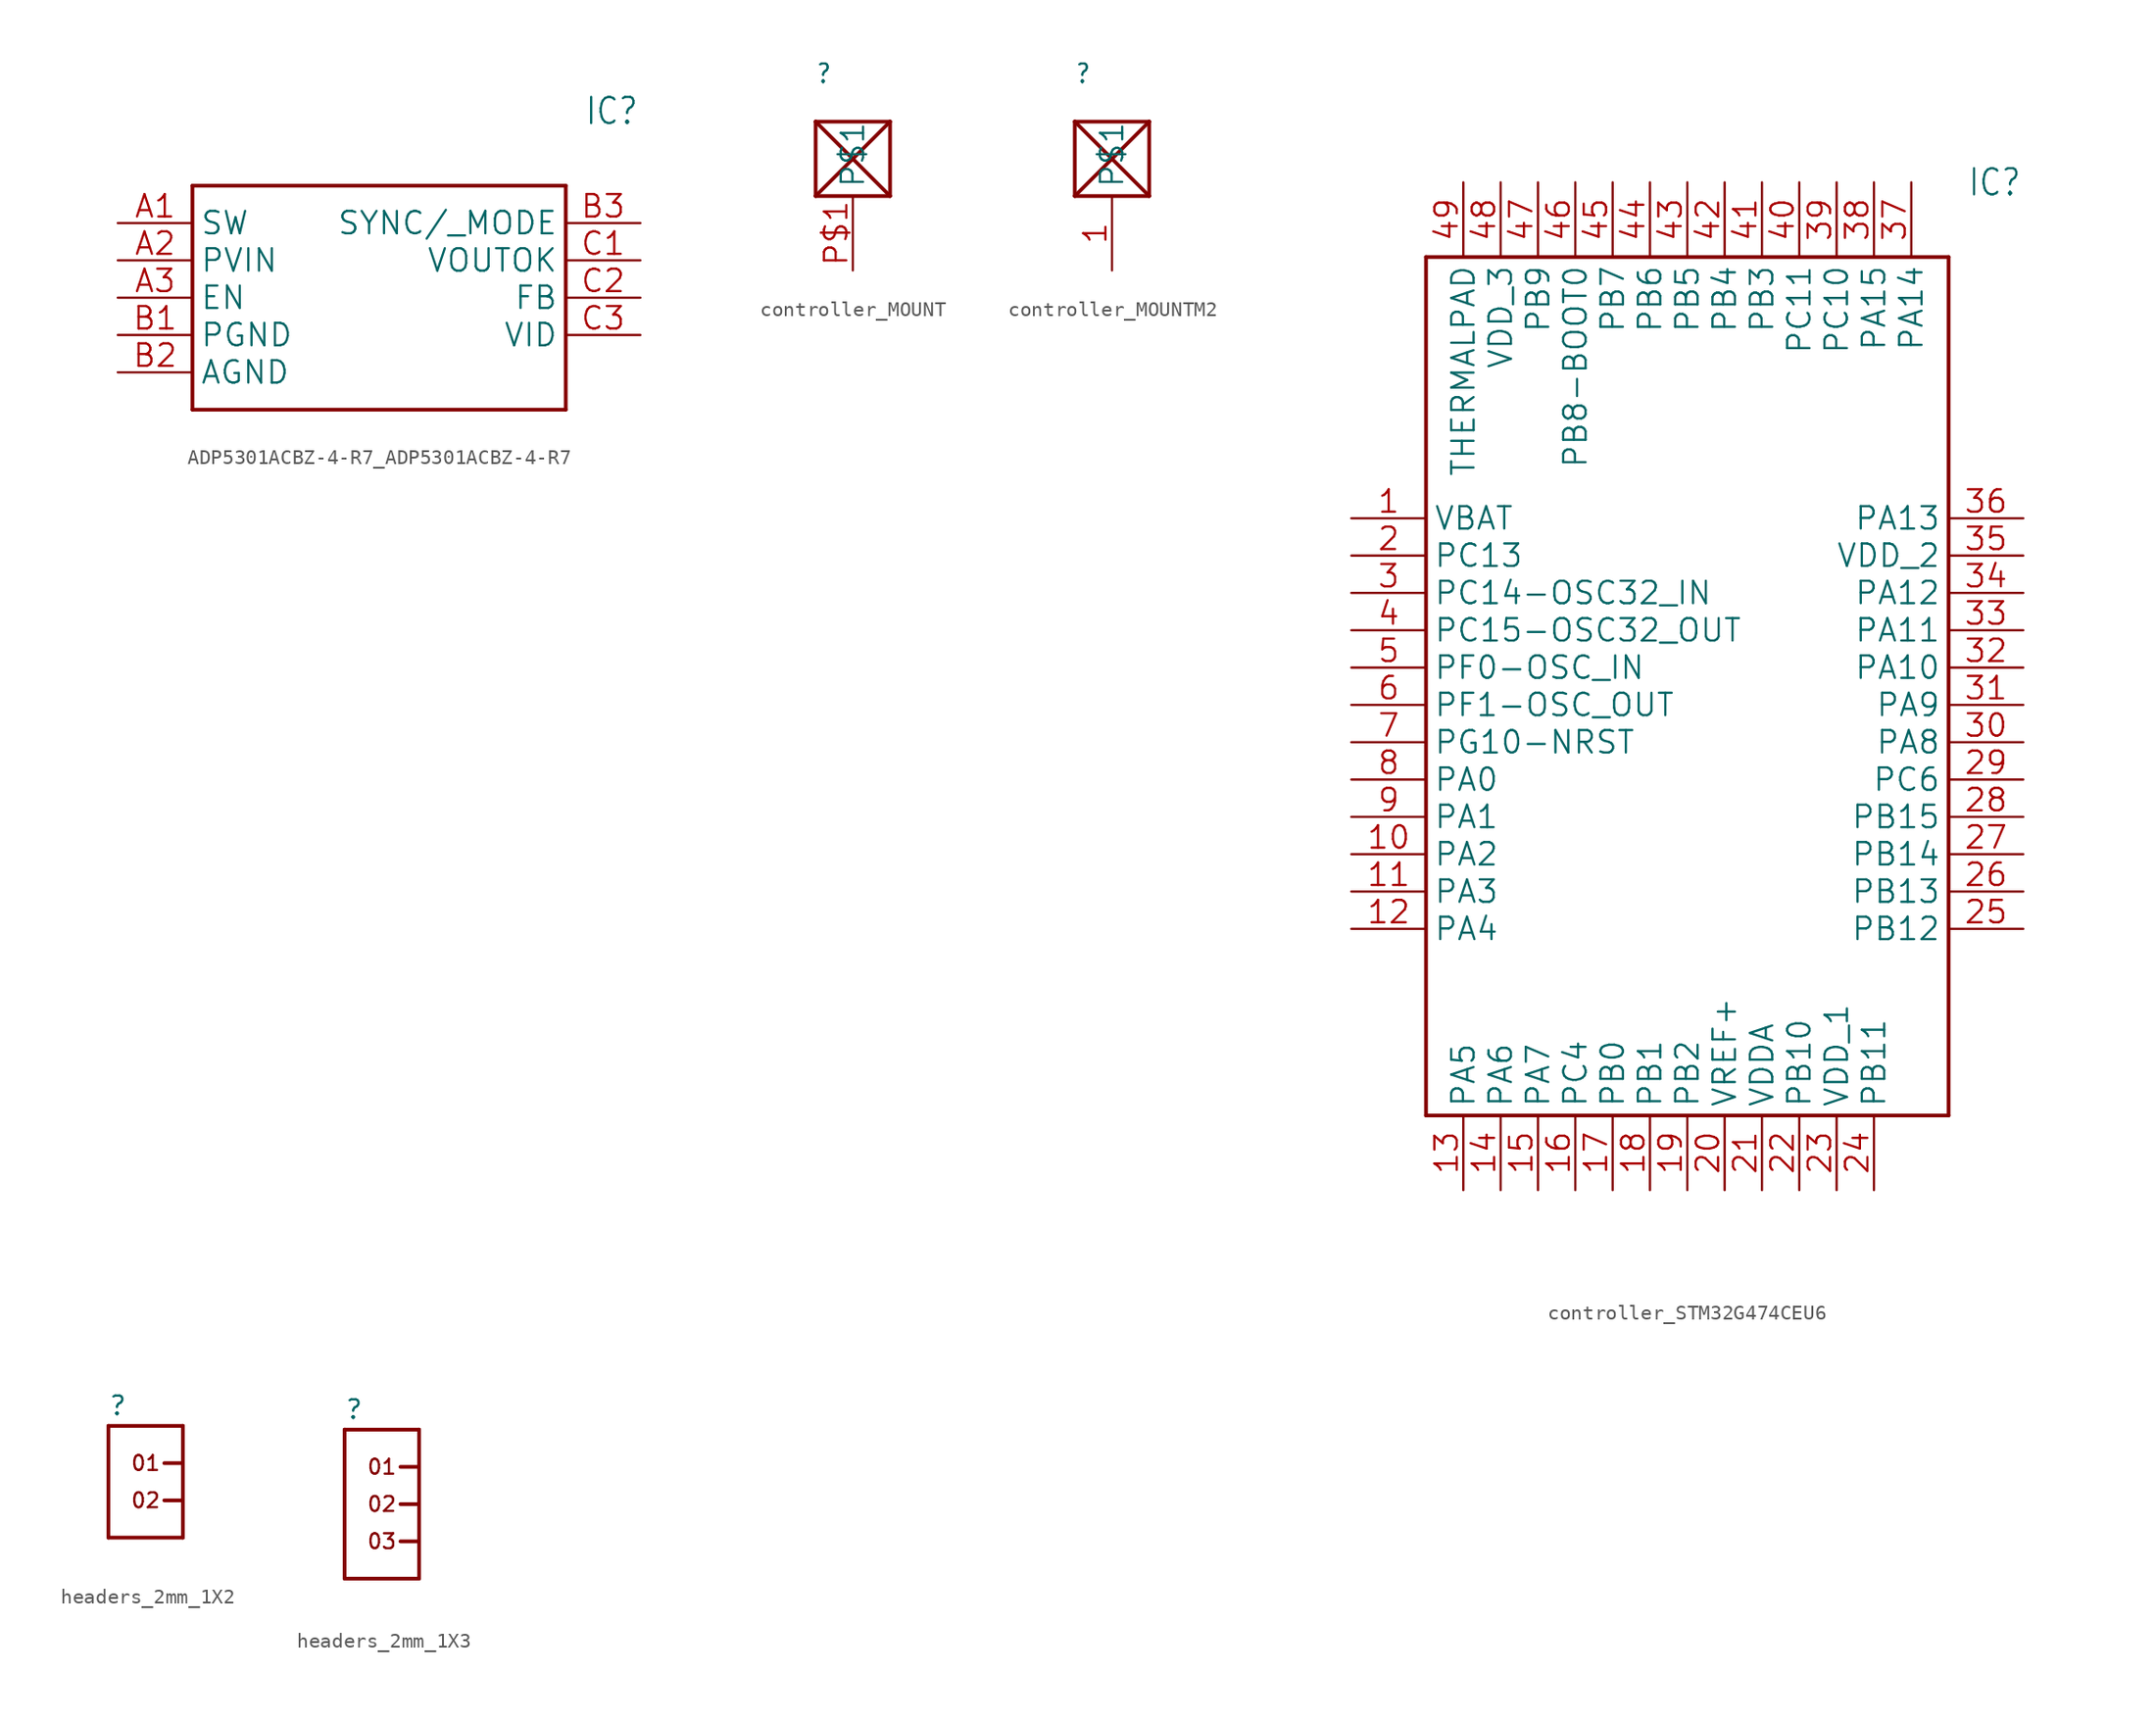
<source format=kicad_sym>
(kicad_symbol_lib
  (version 20241209)
  (generator "kicad_symbol_editor")
  (generator_version "9.0")
  (symbol "ADP5301ACBZ-4-R7_ADP5301ACBZ-4-R7"
    (property "Reference" "IC"
      (at 31.75 7.62 0)
      (effects (font (size 1.778 1.511)) (justify left)))
    (property "Value" ""
      (at 31.75 5.08 0)
      (effects (font (size 1.778 1.511)) (justify left)))
    (property "ki_locked" ""
      (at 0 0 0)
      (effects (font (size 1.27 1.27))))
    (symbol "ADP5301ACBZ-4-R7_ADP5301ACBZ-4-R7_1_0"
      (polyline (pts (xy 5.08 2.54) (xy 5.08 -12.7)) (stroke (width 0.254) (type solid)) (fill (type none)))
      (polyline (pts (xy 5.08 2.54) (xy 30.48 2.54)) (stroke (width 0.254) (type solid)) (fill (type none)))
      (polyline (pts (xy 30.48 -12.7) (xy 5.08 -12.7)) (stroke (width 0.254) (type solid)) (fill (type none)))
      (polyline (pts (xy 30.48 -12.7) (xy 30.48 2.54)) (stroke (width 0.254) (type solid)) (fill (type none)))
      (pin bidirectional line (at 0 0 0) (length 5.08) (name "SW" (effects (font (size 1.524 1.524)))) (number "A1" (effects (font (size 1.524 1.524)))))
      (pin bidirectional line (at 0 -2.54 0) (length 5.08) (name "PVIN" (effects (font (size 1.524 1.524)))) (number "A2" (effects (font (size 1.524 1.524)))))
      (pin bidirectional line (at 0 -5.08 0) (length 5.08) (name "EN" (effects (font (size 1.524 1.524)))) (number "A3" (effects (font (size 1.524 1.524)))))
      (pin bidirectional line (at 0 -7.62 0) (length 5.08) (name "PGND" (effects (font (size 1.524 1.524)))) (number "B1" (effects (font (size 1.524 1.524)))))
      (pin bidirectional line (at 0 -10.16 0) (length 5.08) (name "AGND" (effects (font (size 1.524 1.524)))) (number "B2" (effects (font (size 1.524 1.524)))))
      (pin bidirectional line (at 35.56 0 180) (length 5.08) (name "SYNC/_MODE" (effects (font (size 1.524 1.524)))) (number "B3" (effects (font (size 1.524 1.524)))))
      (pin bidirectional line (at 35.56 -2.54 180) (length 5.08) (name "VOUTOK" (effects (font (size 1.524 1.524)))) (number "C1" (effects (font (size 1.524 1.524)))))
      (pin bidirectional line (at 35.56 -5.08 180) (length 5.08) (name "FB" (effects (font (size 1.524 1.524)))) (number "C2" (effects (font (size 1.524 1.524)))))
      (pin bidirectional line (at 35.56 -7.62 180) (length 5.08) (name "VID" (effects (font (size 1.524 1.524)))) (number "C3" (effects (font (size 1.524 1.524)))))))
  (symbol "controller_MOUNT"
    (property "Reference" ""
      (at -2.54 5.08 0)
      (effects (font (size 1.27 1.079)) (justify left bottom)))
    (property "ki_locked" ""
      (at 0 0 0)
      (effects (font (size 1.27 1.27))))
    (symbol "controller_MOUNT_1_0"
      (polyline (pts (xy -2.54 2.54) (xy 2.54 2.54)) (stroke (width 0.254) (type solid)) (fill (type none)))
      (polyline (pts (xy -2.54 2.54) (xy 2.54 -2.54)) (stroke (width 0.254) (type solid)) (fill (type none)))
      (polyline (pts (xy -2.54 -2.54) (xy -2.54 2.54)) (stroke (width 0.254) (type solid)) (fill (type none)))
      (polyline (pts (xy 2.54 2.54) (xy -2.54 -2.54)) (stroke (width 0.254) (type solid)) (fill (type none)))
      (polyline (pts (xy 2.54 -2.54) (xy -2.54 -2.54)) (stroke (width 0.254) (type solid)) (fill (type none)))
      (polyline (pts (xy 2.54 -2.54) (xy 2.54 2.54)) (stroke (width 0.254) (type solid)) (fill (type none)))
      (pin bidirectional line (at 0 -7.62 90) (length 5.08) (name "P$1" (effects (font (size 1.524 1.524)))) (number "P$1" (effects (font (size 1.524 1.524)))))))
  (symbol "controller_MOUNTM2"
    (property "Reference" ""
      (at -2.54 5.08 0)
      (effects (font (size 1.27 1.079)) (justify left bottom)))
    (property "ki_locked" ""
      (at 0 0 0)
      (effects (font (size 1.27 1.27))))
    (symbol "controller_MOUNTM2_1_0"
      (polyline (pts (xy -2.54 2.54) (xy 2.54 2.54)) (stroke (width 0.254) (type solid)) (fill (type none)))
      (polyline (pts (xy -2.54 2.54) (xy 2.54 -2.54)) (stroke (width 0.254) (type solid)) (fill (type none)))
      (polyline (pts (xy -2.54 -2.54) (xy -2.54 2.54)) (stroke (width 0.254) (type solid)) (fill (type none)))
      (polyline (pts (xy 2.54 2.54) (xy -2.54 -2.54)) (stroke (width 0.254) (type solid)) (fill (type none)))
      (polyline (pts (xy 2.54 -2.54) (xy -2.54 -2.54)) (stroke (width 0.254) (type solid)) (fill (type none)))
      (polyline (pts (xy 2.54 -2.54) (xy 2.54 2.54)) (stroke (width 0.254) (type solid)) (fill (type none)))
      (pin bidirectional line (at 0 -7.62 90) (length 5.08) (name "P$1" (effects (font (size 1.524 1.524)))) (number "1" (effects (font (size 1.524 1.524)))))))
  (symbol "controller_STM32G474CEU6"
    (property "Reference" "IC"
      (at 41.91 22.86 0)
      (effects (font (size 1.778 1.511)) (justify left)))
    (property "Value" ""
      (at 41.91 20.32 0)
      (effects (font (size 1.778 1.511)) (justify left)))
    (property "ki_locked" ""
      (at 0 0 0)
      (effects (font (size 1.27 1.27))))
    (symbol "controller_STM32G474CEU6_1_0"
      (polyline (pts (xy 5.08 17.78) (xy 5.08 -40.64)) (stroke (width 0.254) (type solid)) (fill (type none)))
      (polyline (pts (xy 5.08 17.78) (xy 40.64 17.78)) (stroke (width 0.254) (type solid)) (fill (type none)))
      (polyline (pts (xy 40.64 -40.64) (xy 5.08 -40.64)) (stroke (width 0.254) (type solid)) (fill (type none)))
      (polyline (pts (xy 40.64 -40.64) (xy 40.64 17.78)) (stroke (width 0.254) (type solid)) (fill (type none)))
      (pin bidirectional line (at 0 0 0) (length 5.08) (name "VBAT" (effects (font (size 1.524 1.524)))) (number "1" (effects (font (size 1.524 1.524)))))
      (pin bidirectional line (at 0 -2.54 0) (length 5.08) (name "PC13" (effects (font (size 1.524 1.524)))) (number "2" (effects (font (size 1.524 1.524)))))
      (pin bidirectional line (at 0 -5.08 0) (length 5.08) (name "PC14-OSC32_IN" (effects (font (size 1.524 1.524)))) (number "3" (effects (font (size 1.524 1.524)))))
      (pin bidirectional line (at 0 -7.62 0) (length 5.08) (name "PC15-OSC32_OUT" (effects (font (size 1.524 1.524)))) (number "4" (effects (font (size 1.524 1.524)))))
      (pin bidirectional line (at 0 -10.16 0) (length 5.08) (name "PF0-OSC_IN" (effects (font (size 1.524 1.524)))) (number "5" (effects (font (size 1.524 1.524)))))
      (pin bidirectional line (at 0 -12.7 0) (length 5.08) (name "PF1-OSC_OUT" (effects (font (size 1.524 1.524)))) (number "6" (effects (font (size 1.524 1.524)))))
      (pin bidirectional line (at 0 -15.24 0) (length 5.08) (name "PG10-NRST" (effects (font (size 1.524 1.524)))) (number "7" (effects (font (size 1.524 1.524)))))
      (pin bidirectional line (at 0 -17.78 0) (length 5.08) (name "PA0" (effects (font (size 1.524 1.524)))) (number "8" (effects (font (size 1.524 1.524)))))
      (pin bidirectional line (at 0 -20.32 0) (length 5.08) (name "PA1" (effects (font (size 1.524 1.524)))) (number "9" (effects (font (size 1.524 1.524)))))
      (pin bidirectional line (at 0 -22.86 0) (length 5.08) (name "PA2" (effects (font (size 1.524 1.524)))) (number "10" (effects (font (size 1.524 1.524)))))
      (pin bidirectional line (at 0 -25.4 0) (length 5.08) (name "PA3" (effects (font (size 1.524 1.524)))) (number "11" (effects (font (size 1.524 1.524)))))
      (pin bidirectional line (at 0 -27.94 0) (length 5.08) (name "PA4" (effects (font (size 1.524 1.524)))) (number "12" (effects (font (size 1.524 1.524)))))
      (pin bidirectional line (at 7.62 22.86 270) (length 5.08) (name "THERMALPAD" (effects (font (size 1.524 1.524)))) (number "49" (effects (font (size 1.524 1.524)))))
      (pin bidirectional line (at 7.62 -45.72 90) (length 5.08) (name "PA5" (effects (font (size 1.524 1.524)))) (number "13" (effects (font (size 1.524 1.524)))))
      (pin bidirectional line (at 10.16 22.86 270) (length 5.08) (name "VDD_3" (effects (font (size 1.524 1.524)))) (number "48" (effects (font (size 1.524 1.524)))))
      (pin bidirectional line (at 10.16 -45.72 90) (length 5.08) (name "PA6" (effects (font (size 1.524 1.524)))) (number "14" (effects (font (size 1.524 1.524)))))
      (pin bidirectional line (at 12.7 22.86 270) (length 5.08) (name "PB9" (effects (font (size 1.524 1.524)))) (number "47" (effects (font (size 1.524 1.524)))))
      (pin bidirectional line (at 12.7 -45.72 90) (length 5.08) (name "PA7" (effects (font (size 1.524 1.524)))) (number "15" (effects (font (size 1.524 1.524)))))
      (pin bidirectional line (at 15.24 22.86 270) (length 5.08) (name "PB8-BOOT0" (effects (font (size 1.524 1.524)))) (number "46" (effects (font (size 1.524 1.524)))))
      (pin bidirectional line (at 15.24 -45.72 90) (length 5.08) (name "PC4" (effects (font (size 1.524 1.524)))) (number "16" (effects (font (size 1.524 1.524)))))
      (pin bidirectional line (at 17.78 22.86 270) (length 5.08) (name "PB7" (effects (font (size 1.524 1.524)))) (number "45" (effects (font (size 1.524 1.524)))))
      (pin bidirectional line (at 17.78 -45.72 90) (length 5.08) (name "PB0" (effects (font (size 1.524 1.524)))) (number "17" (effects (font (size 1.524 1.524)))))
      (pin bidirectional line (at 20.32 22.86 270) (length 5.08) (name "PB6" (effects (font (size 1.524 1.524)))) (number "44" (effects (font (size 1.524 1.524)))))
      (pin bidirectional line (at 20.32 -45.72 90) (length 5.08) (name "PB1" (effects (font (size 1.524 1.524)))) (number "18" (effects (font (size 1.524 1.524)))))
      (pin bidirectional line (at 22.86 22.86 270) (length 5.08) (name "PB5" (effects (font (size 1.524 1.524)))) (number "43" (effects (font (size 1.524 1.524)))))
      (pin bidirectional line (at 22.86 -45.72 90) (length 5.08) (name "PB2" (effects (font (size 1.524 1.524)))) (number "19" (effects (font (size 1.524 1.524)))))
      (pin bidirectional line (at 25.4 22.86 270) (length 5.08) (name "PB4" (effects (font (size 1.524 1.524)))) (number "42" (effects (font (size 1.524 1.524)))))
      (pin bidirectional line (at 25.4 -45.72 90) (length 5.08) (name "VREF+" (effects (font (size 1.524 1.524)))) (number "20" (effects (font (size 1.524 1.524)))))
      (pin bidirectional line (at 27.94 22.86 270) (length 5.08) (name "PB3" (effects (font (size 1.524 1.524)))) (number "41" (effects (font (size 1.524 1.524)))))
      (pin bidirectional line (at 27.94 -45.72 90) (length 5.08) (name "VDDA" (effects (font (size 1.524 1.524)))) (number "21" (effects (font (size 1.524 1.524)))))
      (pin bidirectional line (at 30.48 22.86 270) (length 5.08) (name "PC11" (effects (font (size 1.524 1.524)))) (number "40" (effects (font (size 1.524 1.524)))))
      (pin bidirectional line (at 30.48 -45.72 90) (length 5.08) (name "PB10" (effects (font (size 1.524 1.524)))) (number "22" (effects (font (size 1.524 1.524)))))
      (pin bidirectional line (at 33.02 22.86 270) (length 5.08) (name "PC10" (effects (font (size 1.524 1.524)))) (number "39" (effects (font (size 1.524 1.524)))))
      (pin bidirectional line (at 33.02 -45.72 90) (length 5.08) (name "VDD_1" (effects (font (size 1.524 1.524)))) (number "23" (effects (font (size 1.524 1.524)))))
      (pin bidirectional line (at 35.56 22.86 270) (length 5.08) (name "PA15" (effects (font (size 1.524 1.524)))) (number "38" (effects (font (size 1.524 1.524)))))
      (pin bidirectional line (at 35.56 -45.72 90) (length 5.08) (name "PB11" (effects (font (size 1.524 1.524)))) (number "24" (effects (font (size 1.524 1.524)))))
      (pin bidirectional line (at 38.1 22.86 270) (length 5.08) (name "PA14" (effects (font (size 1.524 1.524)))) (number "37" (effects (font (size 1.524 1.524)))))
      (pin bidirectional line (at 45.72 0 180) (length 5.08) (name "PA13" (effects (font (size 1.524 1.524)))) (number "36" (effects (font (size 1.524 1.524)))))
      (pin bidirectional line (at 45.72 -2.54 180) (length 5.08) (name "VDD_2" (effects (font (size 1.524 1.524)))) (number "35" (effects (font (size 1.524 1.524)))))
      (pin bidirectional line (at 45.72 -5.08 180) (length 5.08) (name "PA12" (effects (font (size 1.524 1.524)))) (number "34" (effects (font (size 1.524 1.524)))))
      (pin bidirectional line (at 45.72 -7.62 180) (length 5.08) (name "PA11" (effects (font (size 1.524 1.524)))) (number "33" (effects (font (size 1.524 1.524)))))
      (pin bidirectional line (at 45.72 -10.16 180) (length 5.08) (name "PA10" (effects (font (size 1.524 1.524)))) (number "32" (effects (font (size 1.524 1.524)))))
      (pin bidirectional line (at 45.72 -12.7 180) (length 5.08) (name "PA9" (effects (font (size 1.524 1.524)))) (number "31" (effects (font (size 1.524 1.524)))))
      (pin bidirectional line (at 45.72 -15.24 180) (length 5.08) (name "PA8" (effects (font (size 1.524 1.524)))) (number "30" (effects (font (size 1.524 1.524)))))
      (pin bidirectional line (at 45.72 -17.78 180) (length 5.08) (name "PC6" (effects (font (size 1.524 1.524)))) (number "29" (effects (font (size 1.524 1.524)))))
      (pin bidirectional line (at 45.72 -20.32 180) (length 5.08) (name "PB15" (effects (font (size 1.524 1.524)))) (number "28" (effects (font (size 1.524 1.524)))))
      (pin bidirectional line (at 45.72 -22.86 180) (length 5.08) (name "PB14" (effects (font (size 1.524 1.524)))) (number "27" (effects (font (size 1.524 1.524)))))
      (pin bidirectional line (at 45.72 -25.4 180) (length 5.08) (name "PB13" (effects (font (size 1.524 1.524)))) (number "26" (effects (font (size 1.524 1.524)))))
      (pin bidirectional line (at 45.72 -27.94 180) (length 5.08) (name "PB12" (effects (font (size 1.524 1.524)))) (number "25" (effects (font (size 1.524 1.524)))))))
  (symbol "headers_2mm_1X2"
    (property "Reference" ""
      (at -2.54 3.175 0)
      (effects (font (size 1.27 1.27)) (justify left bottom)))
    (property "Value" ""
      (at -2.54 -6.985 0)
      (effects (font (size 1.27 1.27)) (justify left bottom)))
    (property "ki_locked" ""
      (at 0 0 0)
      (effects (font (size 1.27 1.27))))
    (symbol "headers_2mm_1X2_1_0"
      (polyline (pts (xy -2.54 2.54) (xy -2.54 -5.08)) (stroke (width 0.254) (type solid)) (fill (type none)))
      (polyline (pts (xy -2.54 2.54) (xy 2.54 2.54)) (stroke (width 0.254) (type solid)) (fill (type none)))
      (polyline (pts (xy -2.54 -5.08) (xy 2.54 -5.08)) (stroke (width 0.254) (type solid)) (fill (type none)))
      (polyline (pts (xy 1.27 0) (xy 2.54 0)) (stroke (width 0.254) (type solid)) (fill (type none)))
      (polyline (pts (xy 1.27 -2.54) (xy 2.54 -2.54)) (stroke (width 0.254) (type solid)) (fill (type none)))
      (polyline (pts (xy 2.54 0) (xy 2.54 2.54)) (stroke (width 0.254) (type solid)) (fill (type none)))
      (polyline (pts (xy 2.54 -2.54) (xy 2.54 0)) (stroke (width 0.254) (type solid)) (fill (type none)))
      (polyline (pts (xy 2.54 -5.08) (xy 2.54 -2.54)) (stroke (width 0.254) (type solid)) (fill (type none)))
      (text "01" (at 0 0 0) (effects (font (size 1.016 1.016))))
      (text "02" (at 0 -2.54 0) (effects (font (size 1.016 1.016))))
      (pin bidirectional line (at 2.54 0 180) (length 0) (name "1" (effects (font (size 0 0)))) (number "1" (effects (font (size 0 0)))))
      (pin bidirectional line (at 2.54 -2.54 180) (length 0) (name "2" (effects (font (size 0 0)))) (number "2" (effects (font (size 0 0)))))))
  (symbol "headers_2mm_1X3"
    (property "Reference" ""
      (at -2.54 5.715 0)
      (effects (font (size 1.27 1.27)) (justify left bottom)))
    (property "Value" ""
      (at -2.54 -6.985 0)
      (effects (font (size 1.27 1.27)) (justify left bottom)))
    (property "ki_locked" ""
      (at 0 0 0)
      (effects (font (size 1.27 1.27))))
    (symbol "headers_2mm_1X3_1_0"
      (polyline (pts (xy -2.54 5.08) (xy -2.54 -5.08)) (stroke (width 0.254) (type solid)) (fill (type none)))
      (polyline (pts (xy -2.54 5.08) (xy 2.54 5.08)) (stroke (width 0.254) (type solid)) (fill (type none)))
      (polyline (pts (xy -2.54 -5.08) (xy 2.54 -5.08)) (stroke (width 0.254) (type solid)) (fill (type none)))
      (polyline (pts (xy 1.27 2.54) (xy 2.54 2.54)) (stroke (width 0.254) (type solid)) (fill (type none)))
      (polyline (pts (xy 1.27 0) (xy 2.54 0)) (stroke (width 0.254) (type solid)) (fill (type none)))
      (polyline (pts (xy 1.27 -2.54) (xy 2.54 -2.54)) (stroke (width 0.254) (type solid)) (fill (type none)))
      (polyline (pts (xy 2.54 2.54) (xy 2.54 5.08)) (stroke (width 0.254) (type solid)) (fill (type none)))
      (polyline (pts (xy 2.54 0) (xy 2.54 2.54)) (stroke (width 0.254) (type solid)) (fill (type none)))
      (polyline (pts (xy 2.54 -2.54) (xy 2.54 0)) (stroke (width 0.254) (type solid)) (fill (type none)))
      (polyline (pts (xy 2.54 -5.08) (xy 2.54 -2.54)) (stroke (width 0.254) (type solid)) (fill (type none)))
      (text "01" (at 0 2.54 0) (effects (font (size 1.016 1.016))))
      (text "02" (at 0 0 0) (effects (font (size 1.016 1.016))))
      (text "03" (at 0 -2.54 0) (effects (font (size 1.016 1.016))))
      (pin bidirectional line (at 2.54 2.54 180) (length 0) (name "1" (effects (font (size 0 0)))) (number "1" (effects (font (size 0 0)))))
      (pin bidirectional line (at 2.54 0 180) (length 0) (name "2" (effects (font (size 0 0)))) (number "2" (effects (font (size 0 0)))))
      (pin bidirectional line (at 2.54 -2.54 180) (length 0) (name "3" (effects (font (size 0 0)))) (number "3" (effects (font (size 0 0))))))))
</source>
